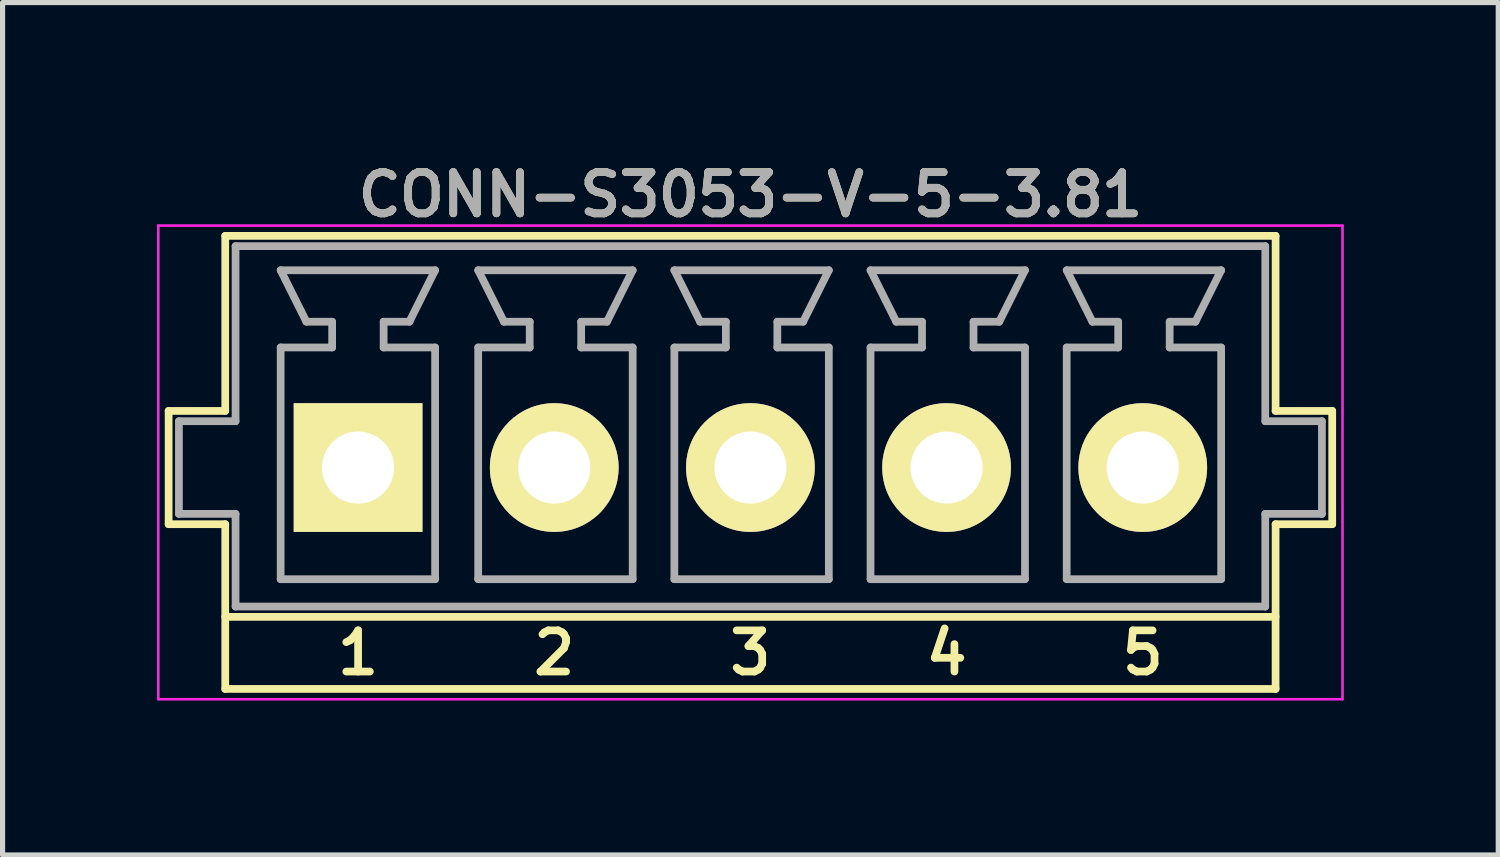
<source format=kicad_pcb>
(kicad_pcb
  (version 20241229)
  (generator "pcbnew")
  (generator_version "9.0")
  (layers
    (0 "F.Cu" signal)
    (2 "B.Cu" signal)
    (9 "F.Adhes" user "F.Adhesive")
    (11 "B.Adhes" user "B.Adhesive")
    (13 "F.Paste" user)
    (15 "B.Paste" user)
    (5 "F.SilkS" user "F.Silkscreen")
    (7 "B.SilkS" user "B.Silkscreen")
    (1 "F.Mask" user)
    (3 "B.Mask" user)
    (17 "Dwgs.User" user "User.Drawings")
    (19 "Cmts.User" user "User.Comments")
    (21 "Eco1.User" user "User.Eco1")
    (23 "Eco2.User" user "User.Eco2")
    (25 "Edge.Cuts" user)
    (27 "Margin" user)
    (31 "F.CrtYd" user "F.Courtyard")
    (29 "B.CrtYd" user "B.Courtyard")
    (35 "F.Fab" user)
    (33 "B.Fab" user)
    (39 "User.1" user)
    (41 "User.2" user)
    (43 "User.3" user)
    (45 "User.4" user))
  (footprint "CONN-S3053-V-5-3.81"
    (layer "F.Cu")
    (at 11.525 5.231)
    (property "Reference" "CONN-S3053-V-5-3.81" (at 0 -4.5 0) (layer "F.SilkS") (effects (font (size 0.8 0.8) (thickness 0.15))))
    (attr through_hole)
    (fp_line (start -11.3 -0.3) (end -11.3 1.9) (stroke (width 0.15) (type solid)) (layer "F.SilkS"))
    (fp_line (start -11.3 1.9) (end -10.2 1.9) (stroke (width 0.15) (type solid)) (layer "F.SilkS"))
    (fp_line (start -10.2 -3.7) (end -10.2 -0.3) (stroke (width 0.15) (type solid)) (layer "F.SilkS"))
    (fp_line (start -10.2 -3.7) (end 10.2 -3.7) (stroke (width 0.15) (type solid)) (layer "F.SilkS"))
    (fp_line (start -10.2 -0.3) (end -11.3 -0.3) (stroke (width 0.15) (type solid)) (layer "F.SilkS"))
    (fp_line (start -10.2 1.9) (end -10.2 5.1) (stroke (width 0.15) (type solid)) (layer "F.SilkS"))
    (fp_line (start -10.2 5.1) (end 10.2 5.1) (stroke (width 0.15) (type solid)) (layer "F.SilkS"))
    (fp_line (start 10.2 -3.7) (end 10.2 -0.3) (stroke (width 0.15) (type solid)) (layer "F.SilkS"))
    (fp_line (start 10.2 1.9) (end 10.2 5.1) (stroke (width 0.15) (type solid)) (layer "F.SilkS"))
    (fp_line (start 10.2 1.9) (end 11.3 1.9) (stroke (width 0.15) (type solid)) (layer "F.SilkS"))
    (fp_line (start 10.2 3.7) (end -10.2 3.7) (stroke (width 0.15) (type solid)) (layer "F.SilkS"))
    (fp_line (start 11.3 -0.3) (end 10.2 -0.3) (stroke (width 0.15) (type solid)) (layer "F.SilkS"))
    (fp_line (start 11.3 -0.3) (end 11.3 1.9) (stroke (width 0.15) (type solid)) (layer "F.SilkS"))
    (fp_line (start -11.5 -3.9) (end 11.5 -3.9) (stroke (width 0.05) (type solid)) (layer "F.CrtYd"))
    (fp_line (start -11.5 5.3) (end -11.5 -3.9) (stroke (width 0.05) (type solid)) (layer "F.CrtYd"))
    (fp_line (start 11.5 -3.9) (end 11.5 5.3) (stroke (width 0.05) (type solid)) (layer "F.CrtYd"))
    (fp_line (start 11.5 5.3) (end -11.5 5.3) (stroke (width 0.05) (type solid)) (layer "F.CrtYd"))
    (fp_line (start -11.1 -0.1) (end -11.1 1.7) (stroke (width 0.15) (type solid)) (layer "F.Fab"))
    (fp_line (start -11.1 1.7) (end -10 1.7) (stroke (width 0.15) (type solid)) (layer "F.Fab"))
    (fp_line (start -10 -3.5) (end -10 -0.1) (stroke (width 0.15) (type solid)) (layer "F.Fab"))
    (fp_line (start -10 -3.5) (end 10 -3.5) (stroke (width 0.15) (type solid)) (layer "F.Fab"))
    (fp_line (start -10 -0.1) (end -11.1 -0.1) (stroke (width 0.15) (type solid)) (layer "F.Fab"))
    (fp_line (start -10 1.7) (end -10 3.5) (stroke (width 0.15) (type solid)) (layer "F.Fab"))
    (fp_line (start -9.124 -3.032) (end -8.624 -2.032) (stroke (width 0.15) (type solid)) (layer "F.Fab"))
    (fp_line (start -9.124 -1.532) (end -8.124 -1.532) (stroke (width 0.15) (type solid)) (layer "F.Fab"))
    (fp_line (start -9.124 2.968) (end -9.124 -1.532) (stroke (width 0.15) (type solid)) (layer "F.Fab"))
    (fp_line (start -8.124 -2.032) (end -8.624 -2.032) (stroke (width 0.15) (type solid)) (layer "F.Fab"))
    (fp_line (start -8.124 -1.532) (end -8.124 -2.032) (stroke (width 0.15) (type solid)) (layer "F.Fab"))
    (fp_line (start -7.124 -2.032) (end -6.624 -2.032) (stroke (width 0.15) (type solid)) (layer "F.Fab"))
    (fp_line (start -7.124 -1.532) (end -7.124 -2.032) (stroke (width 0.15) (type solid)) (layer "F.Fab"))
    (fp_line (start -7.124 -1.532) (end -6.124 -1.532) (stroke (width 0.15) (type solid)) (layer "F.Fab"))
    (fp_line (start -6.624 -2.032) (end -6.124 -3.032) (stroke (width 0.15) (type solid)) (layer "F.Fab"))
    (fp_line (start -6.124 -3.032) (end -9.124 -3.032) (stroke (width 0.15) (type solid)) (layer "F.Fab"))
    (fp_line (start -6.124 2.968) (end -9.124 2.968) (stroke (width 0.15) (type solid)) (layer "F.Fab"))
    (fp_line (start -6.124 2.968) (end -6.124 -1.532) (stroke (width 0.15) (type solid)) (layer "F.Fab"))
    (fp_line (start -5.287 -3.032) (end -4.787 -2.032) (stroke (width 0.15) (type solid)) (layer "F.Fab"))
    (fp_line (start -5.287 -1.532) (end -4.287 -1.532) (stroke (width 0.15) (type solid)) (layer "F.Fab"))
    (fp_line (start -5.287 2.968) (end -5.287 -1.532) (stroke (width 0.15) (type solid)) (layer "F.Fab"))
    (fp_line (start -4.287 -2.032) (end -4.787 -2.032) (stroke (width 0.15) (type solid)) (layer "F.Fab"))
    (fp_line (start -4.287 -1.532) (end -4.287 -2.032) (stroke (width 0.15) (type solid)) (layer "F.Fab"))
    (fp_line (start -3.287 -2.032) (end -2.787 -2.032) (stroke (width 0.15) (type solid)) (layer "F.Fab"))
    (fp_line (start -3.287 -1.532) (end -3.287 -2.032) (stroke (width 0.15) (type solid)) (layer "F.Fab"))
    (fp_line (start -3.287 -1.532) (end -2.287 -1.532) (stroke (width 0.15) (type solid)) (layer "F.Fab"))
    (fp_line (start -2.787 -2.032) (end -2.287 -3.032) (stroke (width 0.15) (type solid)) (layer "F.Fab"))
    (fp_line (start -2.287 -3.032) (end -5.287 -3.032) (stroke (width 0.15) (type solid)) (layer "F.Fab"))
    (fp_line (start -2.287 2.968) (end -5.287 2.968) (stroke (width 0.15) (type solid)) (layer "F.Fab"))
    (fp_line (start -2.287 2.968) (end -2.287 -1.532) (stroke (width 0.15) (type solid)) (layer "F.Fab"))
    (fp_line (start -1.477 -3.032) (end -0.977 -2.032) (stroke (width 0.15) (type solid)) (layer "F.Fab"))
    (fp_line (start -1.477 -1.532) (end -0.477 -1.532) (stroke (width 0.15) (type solid)) (layer "F.Fab"))
    (fp_line (start -1.477 2.968) (end -1.477 -1.532) (stroke (width 0.15) (type solid)) (layer "F.Fab"))
    (fp_line (start -0.477 -2.032) (end -0.977 -2.032) (stroke (width 0.15) (type solid)) (layer "F.Fab"))
    (fp_line (start -0.477 -1.532) (end -0.477 -2.032) (stroke (width 0.15) (type solid)) (layer "F.Fab"))
    (fp_line (start 0.523 -2.032) (end 1.023 -2.032) (stroke (width 0.15) (type solid)) (layer "F.Fab"))
    (fp_line (start 0.523 -1.532) (end 0.523 -2.032) (stroke (width 0.15) (type solid)) (layer "F.Fab"))
    (fp_line (start 0.523 -1.532) (end 1.523 -1.532) (stroke (width 0.15) (type solid)) (layer "F.Fab"))
    (fp_line (start 1.023 -2.032) (end 1.523 -3.032) (stroke (width 0.15) (type solid)) (layer "F.Fab"))
    (fp_line (start 1.523 -3.032) (end -1.477 -3.032) (stroke (width 0.15) (type solid)) (layer "F.Fab"))
    (fp_line (start 1.523 2.968) (end -1.477 2.968) (stroke (width 0.15) (type solid)) (layer "F.Fab"))
    (fp_line (start 1.523 2.968) (end 1.523 -1.532) (stroke (width 0.15) (type solid)) (layer "F.Fab"))
    (fp_line (start 2.333 -3.032) (end 2.833 -2.032) (stroke (width 0.15) (type solid)) (layer "F.Fab"))
    (fp_line (start 2.333 -1.532) (end 3.333 -1.532) (stroke (width 0.15) (type solid)) (layer "F.Fab"))
    (fp_line (start 2.333 2.968) (end 2.333 -1.532) (stroke (width 0.15) (type solid)) (layer "F.Fab"))
    (fp_line (start 3.333 -2.032) (end 2.833 -2.032) (stroke (width 0.15) (type solid)) (layer "F.Fab"))
    (fp_line (start 3.333 -1.532) (end 3.333 -2.032) (stroke (width 0.15) (type solid)) (layer "F.Fab"))
    (fp_line (start 4.333 -2.032) (end 4.833 -2.032) (stroke (width 0.15) (type solid)) (layer "F.Fab"))
    (fp_line (start 4.333 -1.532) (end 4.333 -2.032) (stroke (width 0.15) (type solid)) (layer "F.Fab"))
    (fp_line (start 4.333 -1.532) (end 5.333 -1.532) (stroke (width 0.15) (type solid)) (layer "F.Fab"))
    (fp_line (start 4.833 -2.032) (end 5.333 -3.032) (stroke (width 0.15) (type solid)) (layer "F.Fab"))
    (fp_line (start 5.333 -3.032) (end 2.333 -3.032) (stroke (width 0.15) (type solid)) (layer "F.Fab"))
    (fp_line (start 5.333 2.968) (end 2.333 2.968) (stroke (width 0.15) (type solid)) (layer "F.Fab"))
    (fp_line (start 5.333 2.968) (end 5.333 -1.532) (stroke (width 0.15) (type solid)) (layer "F.Fab"))
    (fp_line (start 6.143 -3.032) (end 6.643 -2.032) (stroke (width 0.15) (type solid)) (layer "F.Fab"))
    (fp_line (start 6.143 -1.532) (end 7.143 -1.532) (stroke (width 0.15) (type solid)) (layer "F.Fab"))
    (fp_line (start 6.143 2.968) (end 6.143 -1.532) (stroke (width 0.15) (type solid)) (layer "F.Fab"))
    (fp_line (start 7.143 -2.032) (end 6.643 -2.032) (stroke (width 0.15) (type solid)) (layer "F.Fab"))
    (fp_line (start 7.143 -1.532) (end 7.143 -2.032) (stroke (width 0.15) (type solid)) (layer "F.Fab"))
    (fp_line (start 8.143 -2.032) (end 8.643 -2.032) (stroke (width 0.15) (type solid)) (layer "F.Fab"))
    (fp_line (start 8.143 -1.532) (end 8.143 -2.032) (stroke (width 0.15) (type solid)) (layer "F.Fab"))
    (fp_line (start 8.143 -1.532) (end 9.143 -1.532) (stroke (width 0.15) (type solid)) (layer "F.Fab"))
    (fp_line (start 8.643 -2.032) (end 9.143 -3.032) (stroke (width 0.15) (type solid)) (layer "F.Fab"))
    (fp_line (start 9.143 -3.032) (end 6.143 -3.032) (stroke (width 0.15) (type solid)) (layer "F.Fab"))
    (fp_line (start 9.143 2.968) (end 6.143 2.968) (stroke (width 0.15) (type solid)) (layer "F.Fab"))
    (fp_line (start 9.143 2.968) (end 9.143 -1.532) (stroke (width 0.15) (type solid)) (layer "F.Fab"))
    (fp_line (start 10 -0.1) (end 10 -3.5) (stroke (width 0.15) (type solid)) (layer "F.Fab"))
    (fp_line (start 10 1.7) (end 11.1 1.7) (stroke (width 0.15) (type solid)) (layer "F.Fab"))
    (fp_line (start 10 3.5) (end -10 3.5) (stroke (width 0.15) (type solid)) (layer "F.Fab"))
    (fp_line (start 10 3.5) (end 10 1.7) (stroke (width 0.15) (type solid)) (layer "F.Fab"))
    (fp_line (start 11.1 -0.1) (end 10 -0.1) (stroke (width 0.15) (type solid)) (layer "F.Fab"))
    (fp_line (start 11.1 1.7) (end 11.1 -0.1) (stroke (width 0.15) (type solid)) (layer "F.Fab"))
    (fp_text user "2" (at -3.81 4.4 0) (layer "F.SilkS") (effects (font (size 0.8 0.8) (thickness 0.15))))
    (fp_text user "4" (at 3.81 4.4 0) (layer "F.SilkS") (effects (font (size 0.8 0.8) (thickness 0.15))))
    (fp_text user "5" (at 7.62 4.4 0) (layer "F.SilkS") (effects (font (size 0.8 0.8) (thickness 0.15))))
    (fp_text user "1" (at -7.62 4.4 0) (layer "F.SilkS") (effects (font (size 0.8 0.8) (thickness 0.15))))
    (fp_text user "3" (at 0 4.4 0) (layer "F.SilkS") (effects (font (size 0.8 0.8) (thickness 0.15))))
    (fp_text user "${REFERENCE}" (at 0 -4.5 0) (layer "F.Fab") (effects (font (size 0.8 0.8) (thickness 0.15))))
    (pad "1" thru_hole rect (at -7.62 0.8 180) (size 2.5 2.5) (drill 1.4) (layers "*.Cu" "*.Mask" "F.SilkS"))
    (pad "2" thru_hole circle (at -3.81 0.8 180) (size 2.5 2.5) (drill 1.4) (layers "*.Cu" "*.Mask" "F.SilkS"))
    (pad "3" thru_hole circle (at 0 0.8 180) (size 2.5 2.5) (drill 1.4) (layers "*.Cu" "*.Mask" "F.SilkS"))
    (pad "4" thru_hole circle (at 3.81 0.8 180) (size 2.5 2.5) (drill 1.4) (layers "*.Cu" "*.Mask" "F.SilkS"))
    (pad "5" thru_hole circle (at 7.62 0.8 180) (size 2.5 2.5) (drill 1.4) (layers "*.Cu" "*.Mask" "F.SilkS")))
  (gr_rect
    (start -3 -3)
    (end 26.05 13.556)
    (stroke (width 0.1) (type default))
    (fill no)
    (layer "Edge.Cuts")))
</source>
